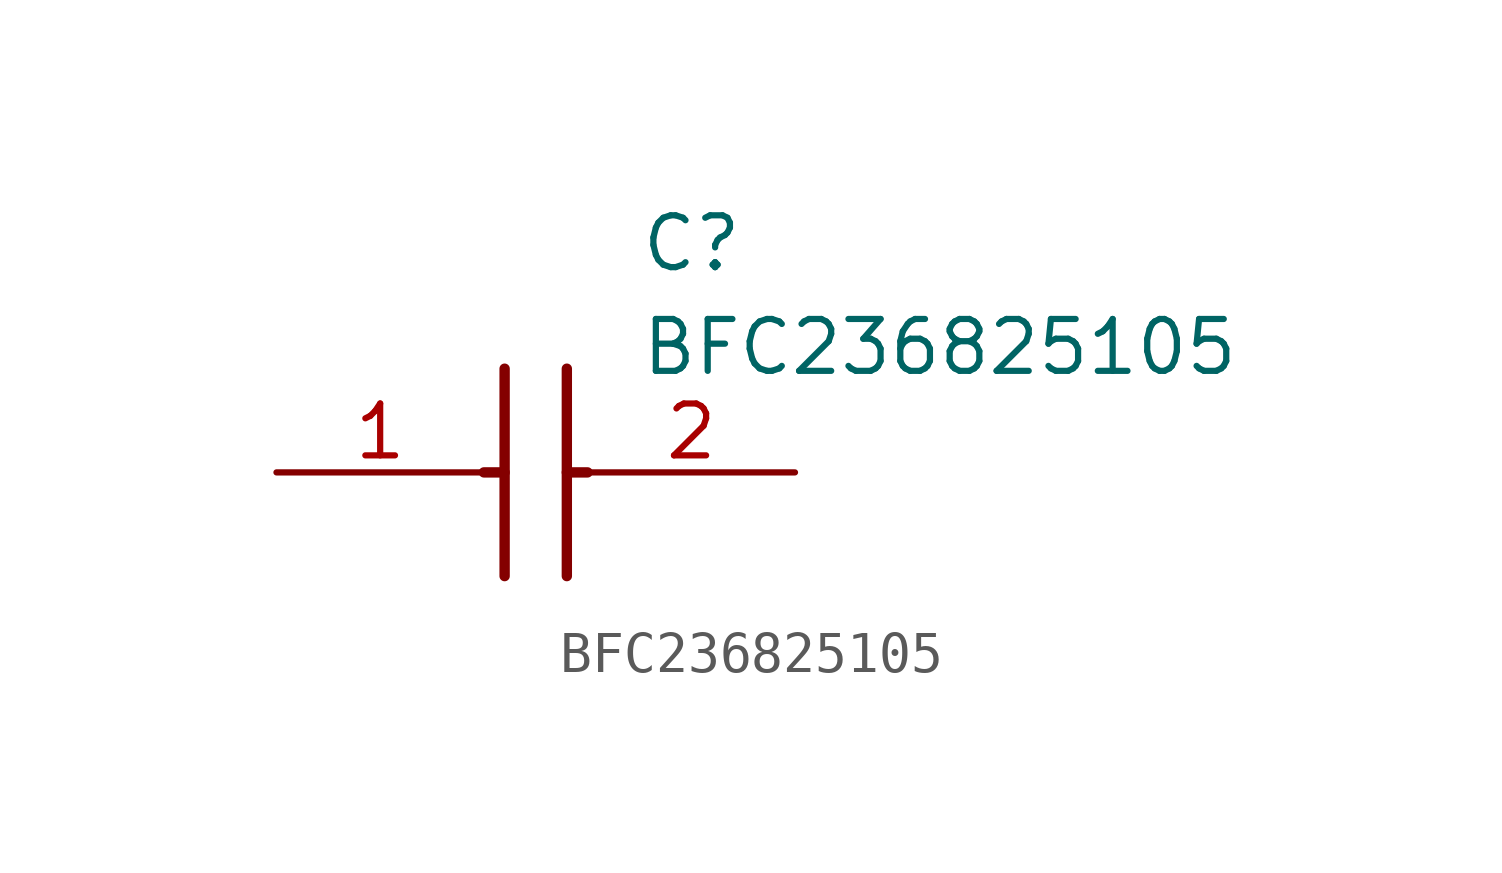
<source format=kicad_sym>
(kicad_symbol_lib
  (version 20211014)
  (generator SamacSys_ECAD_Model)
  (symbol "BFC236825105"
    (pin_names hide)
    (property "Reference" "C"
      (at 8.89 6.35 0)
      (effects (font (size 1.27 1.27)) (justify left top)))
    (property "Value" "BFC236825105"
      (at 8.89 3.81 0)
      (effects (font (size 1.27 1.27)) (justify left top)))
    (polyline
      (pts (xy 5.588 2.54) (xy 5.588 -2.54))
      (stroke (width 0.254) (type default))
      (fill (type none)))
    (polyline
      (pts (xy 7.112 2.54) (xy 7.112 -2.54))
      (stroke (width 0.254) (type default))
      (fill (type none)))
    (polyline
      (pts (xy 5.08 0) (xy 5.588 0))
      (stroke (width 0.254) (type default))
      (fill (type none)))
    (polyline
      (pts (xy 7.112 0) (xy 7.62 0))
      (stroke (width 0.254) (type default))
      (fill (type none)))
    (pin passive line
      (at 0 0 0)
      (length 5.08)
      (name "1" (effects (font (size 1.27 1.27))))
      (number "1" (effects (font (size 1.27 1.27)))))
    (pin passive line
      (at 12.7 0 180)
      (length 5.08)
      (name "2" (effects (font (size 1.27 1.27))))
      (number "2" (effects (font (size 1.27 1.27)))))))
</source>
